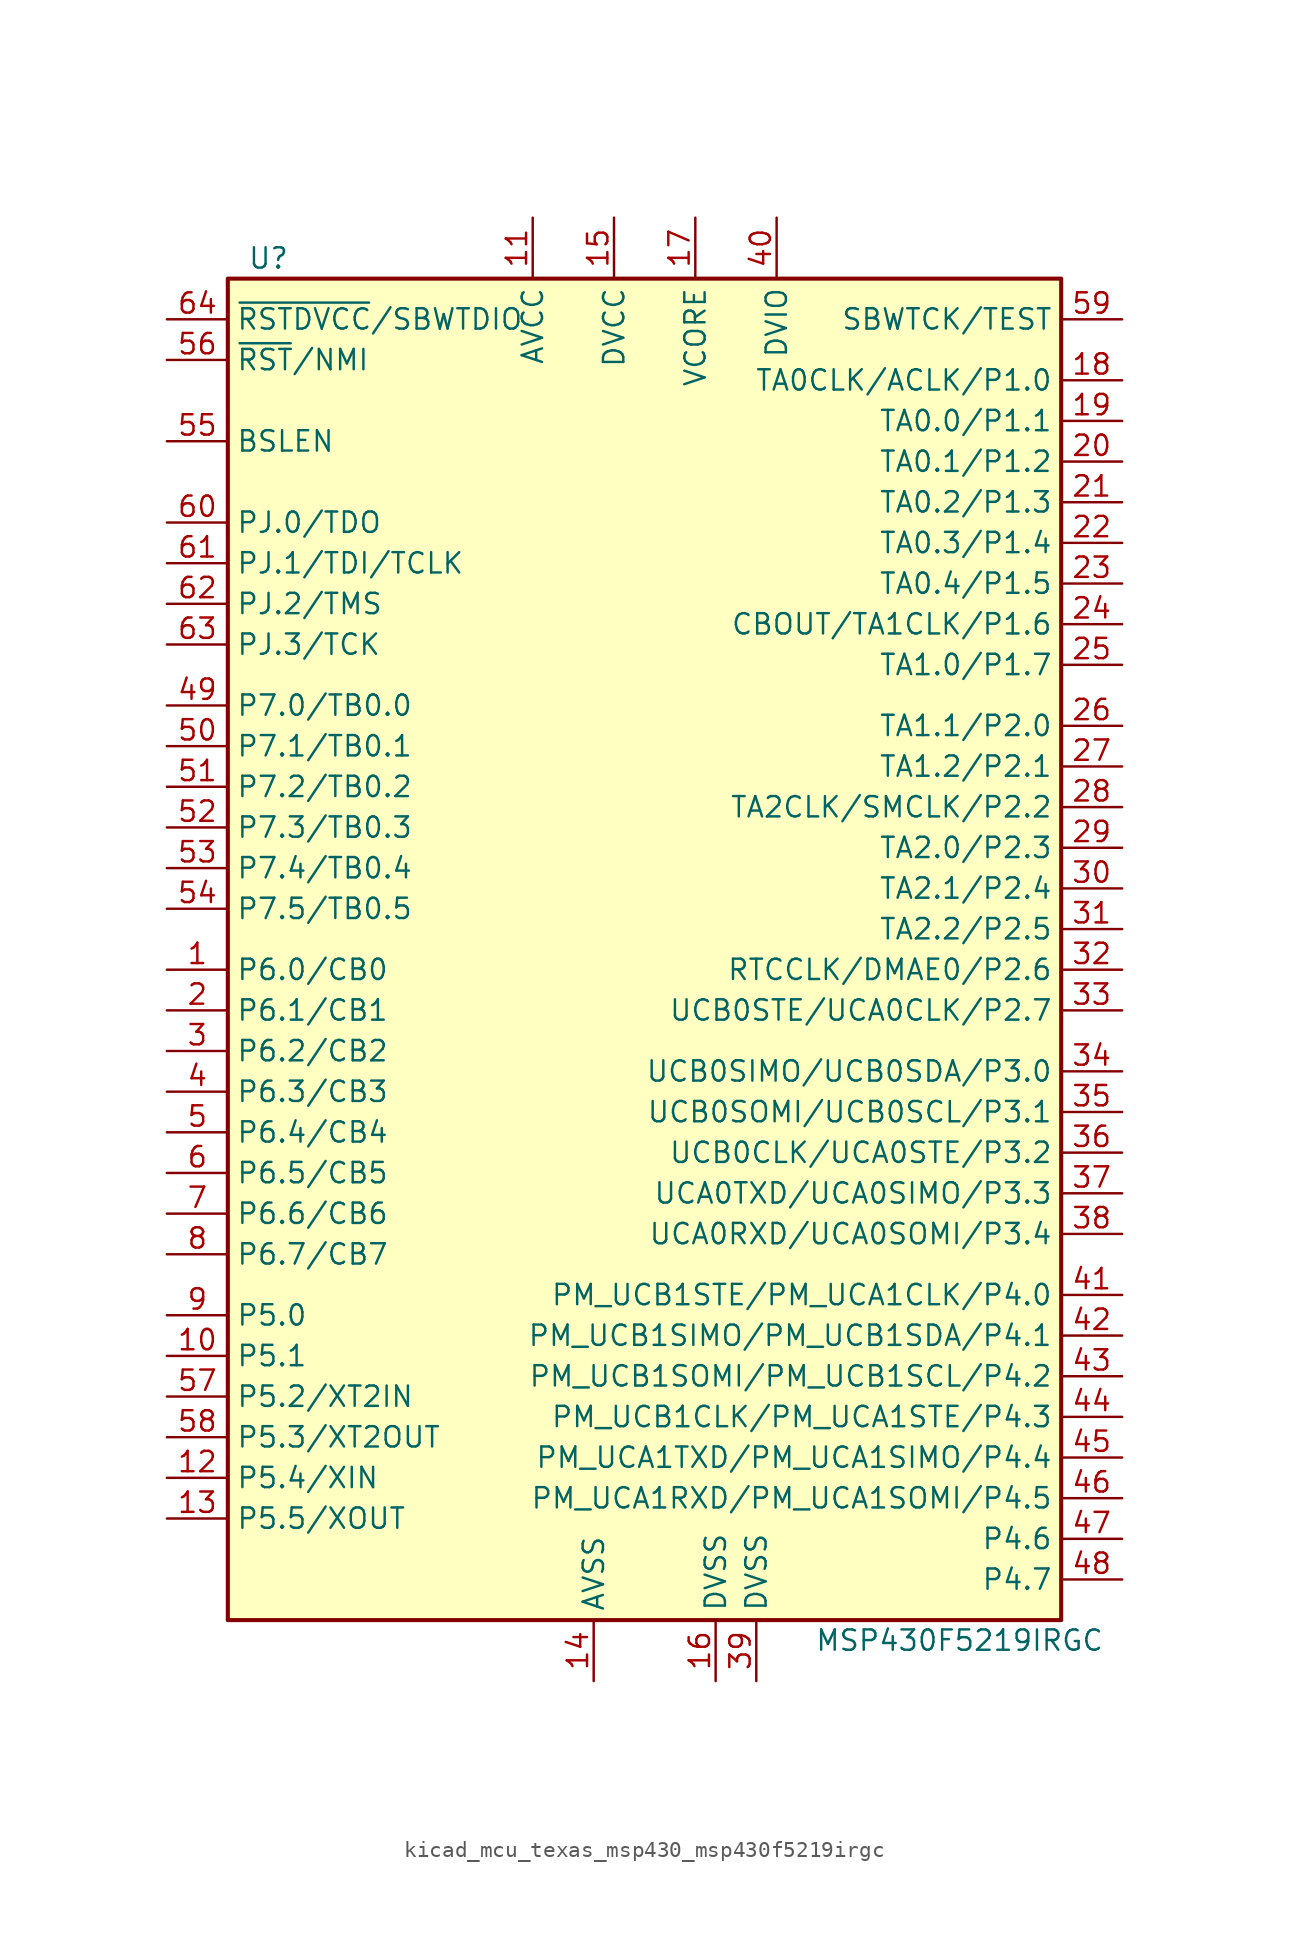
<source format=kicad_sym>
(kicad_symbol_lib
  (version 20220914)
  (generator kicad_symbol_editor)
  (symbol "kicad_mcu_texas_msp430_msp430f5219irgc"
    (property "Reference" "U"
      (at -24.13 43.18 0)
      (effects (font (size 1.27 1.27))))
    (property "Value" "MSP430F5219IRGC"
      (at 19.05 -43.18 0)
      (effects (font (size 1.27 1.27))))
    (symbol "kicad_mcu_texas_msp430_msp430f5219irgc_0_1"
      (rectangle (start -26.67 41.91) (end 25.4 -41.91) (stroke (width 0.254) (type default)) (fill (type background))))
    (symbol "kicad_mcu_texas_msp430_msp430f5219irgc_1_1"
      (pin bidirectional line (at -30.48 -1.27 0) (length 3.81) (name "P6.0/CB0" (effects (font (size 1.27 1.27)))) (number "1" (effects (font (size 1.27 1.27)))))
      (pin bidirectional line (at -30.48 -25.4 0) (length 3.81) (name "P5.1" (effects (font (size 1.27 1.27)))) (number "10" (effects (font (size 1.27 1.27)))))
      (pin power_in line (at -7.62 45.72 270) (length 3.81) (name "AVCC" (effects (font (size 1.27 1.27)))) (number "11" (effects (font (size 1.27 1.27)))))
      (pin bidirectional line (at -30.48 -33.02 0) (length 3.81) (name "P5.4/XIN" (effects (font (size 1.27 1.27)))) (number "12" (effects (font (size 1.27 1.27)))))
      (pin bidirectional line (at -30.48 -35.56 0) (length 3.81) (name "P5.5/XOUT" (effects (font (size 1.27 1.27)))) (number "13" (effects (font (size 1.27 1.27)))))
      (pin power_in line (at -3.81 -45.72 90) (length 3.81) (name "AVSS" (effects (font (size 1.27 1.27)))) (number "14" (effects (font (size 1.27 1.27)))))
      (pin power_in line (at -2.54 45.72 270) (length 3.81) (name "DVCC" (effects (font (size 1.27 1.27)))) (number "15" (effects (font (size 1.27 1.27)))))
      (pin power_in line (at 3.81 -45.72 90) (length 3.81) (name "DVSS" (effects (font (size 1.27 1.27)))) (number "16" (effects (font (size 1.27 1.27)))))
      (pin power_in line (at 2.54 45.72 270) (length 3.81) (name "VCORE" (effects (font (size 1.27 1.27)))) (number "17" (effects (font (size 1.27 1.27)))))
      (pin bidirectional line (at 29.21 35.56 180) (length 3.81) (name "TA0CLK/ACLK/P1.0" (effects (font (size 1.27 1.27)))) (number "18" (effects (font (size 1.27 1.27)))))
      (pin bidirectional line (at 29.21 33.02 180) (length 3.81) (name "TA0.0/P1.1" (effects (font (size 1.27 1.27)))) (number "19" (effects (font (size 1.27 1.27)))))
      (pin bidirectional line (at -30.48 -3.81 0) (length 3.81) (name "P6.1/CB1" (effects (font (size 1.27 1.27)))) (number "2" (effects (font (size 1.27 1.27)))))
      (pin bidirectional line (at 29.21 30.48 180) (length 3.81) (name "TA0.1/P1.2" (effects (font (size 1.27 1.27)))) (number "20" (effects (font (size 1.27 1.27)))))
      (pin bidirectional line (at 29.21 27.94 180) (length 3.81) (name "TA0.2/P1.3" (effects (font (size 1.27 1.27)))) (number "21" (effects (font (size 1.27 1.27)))))
      (pin bidirectional line (at 29.21 25.4 180) (length 3.81) (name "TA0.3/P1.4" (effects (font (size 1.27 1.27)))) (number "22" (effects (font (size 1.27 1.27)))))
      (pin bidirectional line (at 29.21 22.86 180) (length 3.81) (name "TA0.4/P1.5" (effects (font (size 1.27 1.27)))) (number "23" (effects (font (size 1.27 1.27)))))
      (pin bidirectional line (at 29.21 20.32 180) (length 3.81) (name "CBOUT/TA1CLK/P1.6" (effects (font (size 1.27 1.27)))) (number "24" (effects (font (size 1.27 1.27)))))
      (pin bidirectional line (at 29.21 17.78 180) (length 3.81) (name "TA1.0/P1.7" (effects (font (size 1.27 1.27)))) (number "25" (effects (font (size 1.27 1.27)))))
      (pin bidirectional line (at 29.21 13.97 180) (length 3.81) (name "TA1.1/P2.0" (effects (font (size 1.27 1.27)))) (number "26" (effects (font (size 1.27 1.27)))))
      (pin bidirectional line (at 29.21 11.43 180) (length 3.81) (name "TA1.2/P2.1" (effects (font (size 1.27 1.27)))) (number "27" (effects (font (size 1.27 1.27)))))
      (pin bidirectional line (at 29.21 8.89 180) (length 3.81) (name "TA2CLK/SMCLK/P2.2" (effects (font (size 1.27 1.27)))) (number "28" (effects (font (size 1.27 1.27)))))
      (pin bidirectional line (at 29.21 6.35 180) (length 3.81) (name "TA2.0/P2.3" (effects (font (size 1.27 1.27)))) (number "29" (effects (font (size 1.27 1.27)))))
      (pin bidirectional line (at -30.48 -6.35 0) (length 3.81) (name "P6.2/CB2" (effects (font (size 1.27 1.27)))) (number "3" (effects (font (size 1.27 1.27)))))
      (pin bidirectional line (at 29.21 3.81 180) (length 3.81) (name "TA2.1/P2.4" (effects (font (size 1.27 1.27)))) (number "30" (effects (font (size 1.27 1.27)))))
      (pin bidirectional line (at 29.21 1.27 180) (length 3.81) (name "TA2.2/P2.5" (effects (font (size 1.27 1.27)))) (number "31" (effects (font (size 1.27 1.27)))))
      (pin bidirectional line (at 29.21 -1.27 180) (length 3.81) (name "RTCCLK/DMAE0/P2.6" (effects (font (size 1.27 1.27)))) (number "32" (effects (font (size 1.27 1.27)))))
      (pin bidirectional line (at 29.21 -3.81 180) (length 3.81) (name "UCB0STE/UCA0CLK/P2.7" (effects (font (size 1.27 1.27)))) (number "33" (effects (font (size 1.27 1.27)))))
      (pin bidirectional line (at 29.21 -7.62 180) (length 3.81) (name "UCB0SIMO/UCB0SDA/P3.0" (effects (font (size 1.27 1.27)))) (number "34" (effects (font (size 1.27 1.27)))))
      (pin bidirectional line (at 29.21 -10.16 180) (length 3.81) (name "UCB0SOMI/UCB0SCL/P3.1" (effects (font (size 1.27 1.27)))) (number "35" (effects (font (size 1.27 1.27)))))
      (pin bidirectional line (at 29.21 -12.7 180) (length 3.81) (name "UCB0CLK/UCA0STE/P3.2" (effects (font (size 1.27 1.27)))) (number "36" (effects (font (size 1.27 1.27)))))
      (pin bidirectional line (at 29.21 -15.24 180) (length 3.81) (name "UCA0TXD/UCA0SIMO/P3.3" (effects (font (size 1.27 1.27)))) (number "37" (effects (font (size 1.27 1.27)))))
      (pin bidirectional line (at 29.21 -17.78 180) (length 3.81) (name "UCA0RXD/UCA0SOMI/P3.4" (effects (font (size 1.27 1.27)))) (number "38" (effects (font (size 1.27 1.27)))))
      (pin power_in line (at 6.35 -45.72 90) (length 3.81) (name "DVSS" (effects (font (size 1.27 1.27)))) (number "39" (effects (font (size 1.27 1.27)))))
      (pin bidirectional line (at -30.48 -8.89 0) (length 3.81) (name "P6.3/CB3" (effects (font (size 1.27 1.27)))) (number "4" (effects (font (size 1.27 1.27)))))
      (pin power_in line (at 7.62 45.72 270) (length 3.81) (name "DVIO" (effects (font (size 1.27 1.27)))) (number "40" (effects (font (size 1.27 1.27)))))
      (pin bidirectional line (at 29.21 -21.59 180) (length 3.81) (name "PM_UCB1STE/PM_UCA1CLK/P4.0" (effects (font (size 1.27 1.27)))) (number "41" (effects (font (size 1.27 1.27)))))
      (pin bidirectional line (at 29.21 -24.13 180) (length 3.81) (name "PM_UCB1SIMO/PM_UCB1SDA/P4.1" (effects (font (size 1.27 1.27)))) (number "42" (effects (font (size 1.27 1.27)))))
      (pin bidirectional line (at 29.21 -26.67 180) (length 3.81) (name "PM_UCB1SOMI/PM_UCB1SCL/P4.2" (effects (font (size 1.27 1.27)))) (number "43" (effects (font (size 1.27 1.27)))))
      (pin bidirectional line (at 29.21 -29.21 180) (length 3.81) (name "PM_UCB1CLK/PM_UCA1STE/P4.3" (effects (font (size 1.27 1.27)))) (number "44" (effects (font (size 1.27 1.27)))))
      (pin bidirectional line (at 29.21 -31.75 180) (length 3.81) (name "PM_UCA1TXD/PM_UCA1SIMO/P4.4" (effects (font (size 1.27 1.27)))) (number "45" (effects (font (size 1.27 1.27)))))
      (pin bidirectional line (at 29.21 -34.29 180) (length 3.81) (name "PM_UCA1RXD/PM_UCA1SOMI/P4.5" (effects (font (size 1.27 1.27)))) (number "46" (effects (font (size 1.27 1.27)))))
      (pin bidirectional line (at 29.21 -36.83 180) (length 3.81) (name "P4.6" (effects (font (size 1.27 1.27)))) (number "47" (effects (font (size 1.27 1.27)))))
      (pin bidirectional line (at 29.21 -39.37 180) (length 3.81) (name "P4.7" (effects (font (size 1.27 1.27)))) (number "48" (effects (font (size 1.27 1.27)))))
      (pin bidirectional line (at -30.48 15.24 0) (length 3.81) (name "P7.0/TB0.0" (effects (font (size 1.27 1.27)))) (number "49" (effects (font (size 1.27 1.27)))))
      (pin bidirectional line (at -30.48 -11.43 0) (length 3.81) (name "P6.4/CB4" (effects (font (size 1.27 1.27)))) (number "5" (effects (font (size 1.27 1.27)))))
      (pin bidirectional line (at -30.48 12.7 0) (length 3.81) (name "P7.1/TB0.1" (effects (font (size 1.27 1.27)))) (number "50" (effects (font (size 1.27 1.27)))))
      (pin bidirectional line (at -30.48 10.16 0) (length 3.81) (name "P7.2/TB0.2" (effects (font (size 1.27 1.27)))) (number "51" (effects (font (size 1.27 1.27)))))
      (pin bidirectional line (at -30.48 7.62 0) (length 3.81) (name "P7.3/TB0.3" (effects (font (size 1.27 1.27)))) (number "52" (effects (font (size 1.27 1.27)))))
      (pin bidirectional line (at -30.48 5.08 0) (length 3.81) (name "P7.4/TB0.4" (effects (font (size 1.27 1.27)))) (number "53" (effects (font (size 1.27 1.27)))))
      (pin bidirectional line (at -30.48 2.54 0) (length 3.81) (name "P7.5/TB0.5" (effects (font (size 1.27 1.27)))) (number "54" (effects (font (size 1.27 1.27)))))
      (pin bidirectional line (at -30.48 31.75 0) (length 3.81) (name "BSLEN" (effects (font (size 1.27 1.27)))) (number "55" (effects (font (size 1.27 1.27)))))
      (pin input line (at -30.48 36.83 0) (length 3.81) (name "~{RST}/NMI" (effects (font (size 1.27 1.27)))) (number "56" (effects (font (size 1.27 1.27)))))
      (pin bidirectional line (at -30.48 -27.94 0) (length 3.81) (name "P5.2/XT2IN" (effects (font (size 1.27 1.27)))) (number "57" (effects (font (size 1.27 1.27)))))
      (pin bidirectional line (at -30.48 -30.48 0) (length 3.81) (name "P5.3/XT2OUT" (effects (font (size 1.27 1.27)))) (number "58" (effects (font (size 1.27 1.27)))))
      (pin input line (at 29.21 39.37 180) (length 3.81) (name "SBWTCK/TEST" (effects (font (size 1.27 1.27)))) (number "59" (effects (font (size 1.27 1.27)))))
      (pin bidirectional line (at -30.48 -13.97 0) (length 3.81) (name "P6.5/CB5" (effects (font (size 1.27 1.27)))) (number "6" (effects (font (size 1.27 1.27)))))
      (pin bidirectional line (at -30.48 26.67 0) (length 3.81) (name "PJ.0/TDO" (effects (font (size 1.27 1.27)))) (number "60" (effects (font (size 1.27 1.27)))))
      (pin bidirectional line (at -30.48 24.13 0) (length 3.81) (name "PJ.1/TDI/TCLK" (effects (font (size 1.27 1.27)))) (number "61" (effects (font (size 1.27 1.27)))))
      (pin bidirectional line (at -30.48 21.59 0) (length 3.81) (name "PJ.2/TMS" (effects (font (size 1.27 1.27)))) (number "62" (effects (font (size 1.27 1.27)))))
      (pin bidirectional line (at -30.48 19.05 0) (length 3.81) (name "PJ.3/TCK" (effects (font (size 1.27 1.27)))) (number "63" (effects (font (size 1.27 1.27)))))
      (pin bidirectional line (at -30.48 39.37 0) (length 3.81) (name "~{RSTDVCC}/SBWTDIO" (effects (font (size 1.27 1.27)))) (number "64" (effects (font (size 1.27 1.27)))))
      (pin bidirectional line (at -30.48 -16.51 0) (length 3.81) (name "P6.6/CB6" (effects (font (size 1.27 1.27)))) (number "7" (effects (font (size 1.27 1.27)))))
      (pin bidirectional line (at -30.48 -19.05 0) (length 3.81) (name "P6.7/CB7" (effects (font (size 1.27 1.27)))) (number "8" (effects (font (size 1.27 1.27)))))
      (pin bidirectional line (at -30.48 -22.86 0) (length 3.81) (name "P5.0" (effects (font (size 1.27 1.27)))) (number "9" (effects (font (size 1.27 1.27))))))))
</source>
